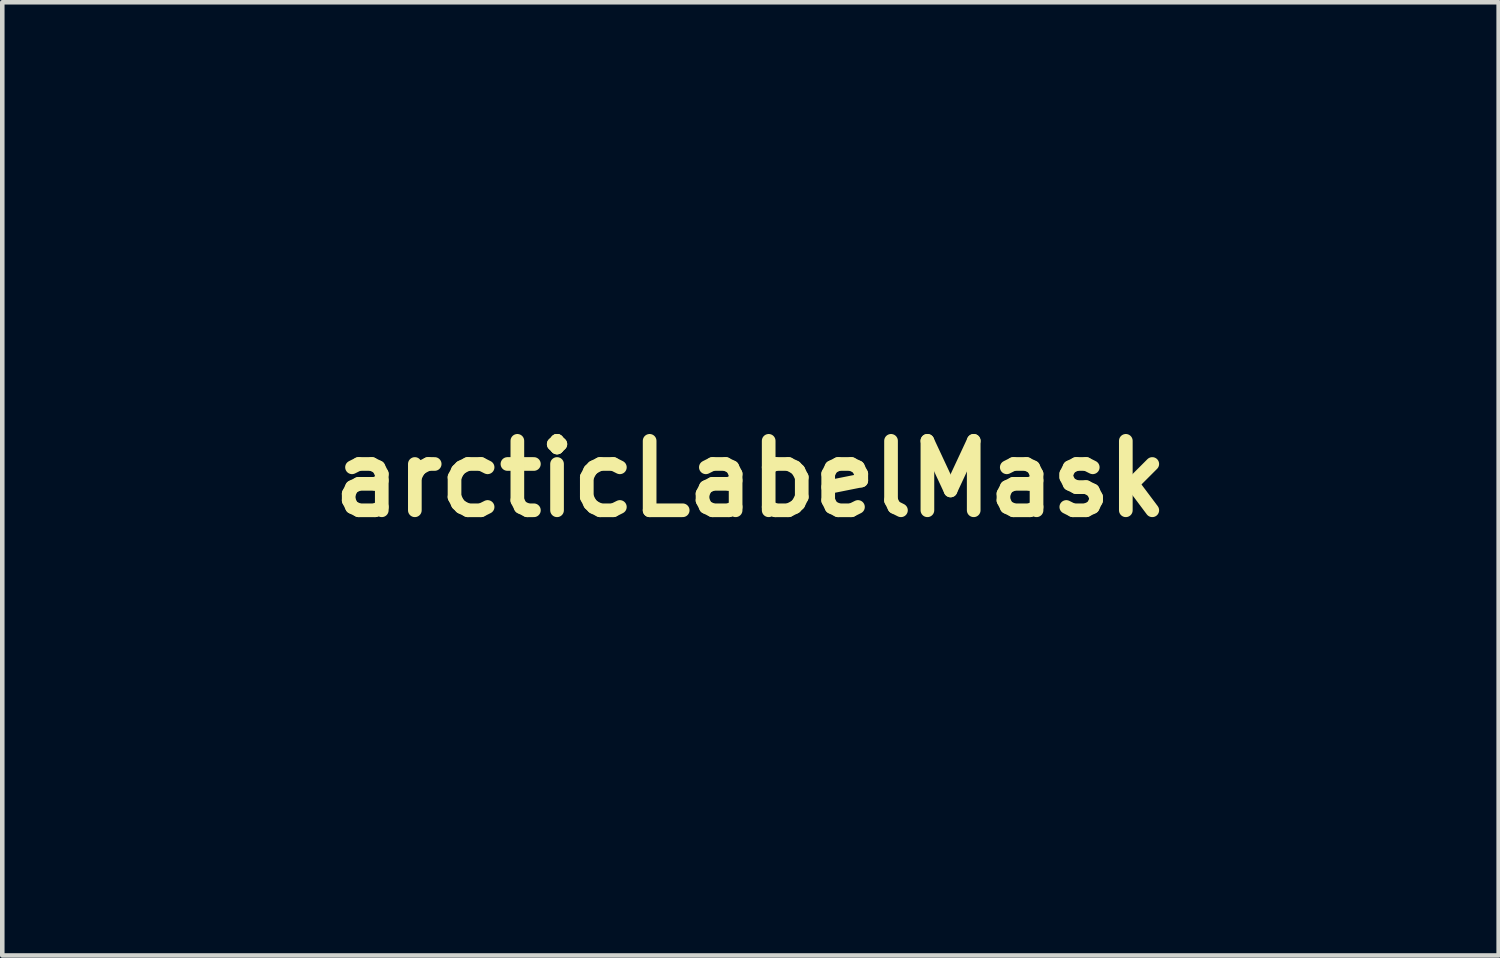
<source format=kicad_pcb>
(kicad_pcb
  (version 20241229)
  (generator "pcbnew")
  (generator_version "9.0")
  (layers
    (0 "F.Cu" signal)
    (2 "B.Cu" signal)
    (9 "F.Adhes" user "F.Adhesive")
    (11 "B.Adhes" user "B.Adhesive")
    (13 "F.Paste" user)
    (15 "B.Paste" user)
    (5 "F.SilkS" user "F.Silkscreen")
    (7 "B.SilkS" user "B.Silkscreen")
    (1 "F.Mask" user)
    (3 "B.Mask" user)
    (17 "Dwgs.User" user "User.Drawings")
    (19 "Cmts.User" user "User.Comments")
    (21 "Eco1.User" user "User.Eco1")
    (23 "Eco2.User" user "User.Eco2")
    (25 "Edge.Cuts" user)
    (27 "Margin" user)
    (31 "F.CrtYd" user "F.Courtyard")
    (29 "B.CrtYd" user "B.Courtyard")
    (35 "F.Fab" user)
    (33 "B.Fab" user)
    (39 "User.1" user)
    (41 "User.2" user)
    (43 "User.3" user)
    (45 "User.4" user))
  (footprint "arcticLabelMask"
    (layer "F.Cu")
    (at 13.42 7.459)
    (property "Reference" "arcticLabelMask" (at 0 0 0) (layer "F.SilkS") (effects (font (size 1.524 1.524) (thickness 0.3))))
    (attr through_hole)
    (fp_poly (pts (xy 0.264 -7.454) (xy 0.465 -7.454) (xy 0.667 -7.454) (xy 0.868 -7.454) (xy 1.068 -7.454) (xy 1.269 -7.454) (xy 1.468 -7.454) (xy 1.668 -7.454) (xy 1.867 -7.454) (xy 2.065 -7.454) (xy 2.263 -7.454) (xy 2.46 -7.454) (xy 2.656 -7.454) (xy 2.851 -7.454) (xy 3.046 -7.454) (xy 3.239 -7.454) (xy 3.431 -7.454) (xy 3.622 -7.454) (xy 3.812 -7.454) (xy 4.001 -7.454) (xy 4.189 -7.454) (xy 4.375 -7.454) (xy 4.559 -7.454) (xy 4.742 -7.454) (xy 4.924 -7.454) (xy 5.104 -7.454) (xy 5.282 -7.454) (xy 5.459 -7.454) (xy 5.633 -7.454) (xy 5.806 -7.454) (xy 5.977 -7.454) (xy 6.146 -7.454) (xy 6.312 -7.454) (xy 6.477 -7.454) (xy 6.639 -7.454) (xy 6.799 -7.454) (xy 6.957 -7.454) (xy 7.112 -7.454) (xy 7.265 -7.454) (xy 7.415 -7.454) (xy 7.563 -7.454) (xy 7.708 -7.453) (xy 7.85 -7.453) (xy 7.99 -7.453) (xy 8.126 -7.453) (xy 8.26 -7.453) (xy 8.391 -7.453) (xy 8.518 -7.453) (xy 8.643 -7.453) (xy 8.764 -7.453) (xy 8.882 -7.453) (xy 8.997 -7.453) (xy 9.109 -7.453) (xy 9.216 -7.453) (xy 9.321 -7.453) (xy 9.422 -7.453) (xy 9.519 -7.453) (xy 9.613 -7.453) (xy 9.702 -7.453) (xy 9.788 -7.453) (xy 9.871 -7.453) (xy 9.949 -7.453) (xy 10.023 -7.453) (xy 10.093 -7.452) (xy 10.159 -7.452) (xy 10.22 -7.452) (xy 10.278 -7.452) (xy 10.331 -7.452) (xy 10.379 -7.452) (xy 10.423 -7.452) (xy 10.463 -7.452) (xy 10.498 -7.452) (xy 10.528 -7.452) (xy 10.554 -7.452) (xy 10.575 -7.452) (xy 10.591 -7.452) (xy 10.602 -7.452) (xy 10.608 -7.452) (xy 10.609 -7.452) (xy 10.693 -7.447) (xy 10.775 -7.44) (xy 10.856 -7.431) (xy 10.921 -7.422) (xy 11.04 -7.402) (xy 11.159 -7.377) (xy 11.275 -7.347) (xy 11.39 -7.313) (xy 11.503 -7.274) (xy 11.615 -7.23) (xy 11.724 -7.182) (xy 11.831 -7.13) (xy 11.936 -7.073) (xy 12.038 -7.012) (xy 12.138 -6.947) (xy 12.235 -6.878) (xy 12.329 -6.805) (xy 12.42 -6.728) (xy 12.509 -6.647) (xy 12.594 -6.563) (xy 12.676 -6.475) (xy 12.754 -6.383) (xy 12.829 -6.288) (xy 12.882 -6.215) (xy 12.946 -6.12) (xy 13.006 -6.023) (xy 13.063 -5.922) (xy 13.116 -5.819) (xy 13.165 -5.715) (xy 13.209 -5.609) (xy 13.249 -5.502) (xy 13.283 -5.4) (xy 13.309 -5.311) (xy 13.332 -5.222) (xy 13.352 -5.134) (xy 13.369 -5.045) (xy 13.384 -4.955) (xy 13.396 -4.862) (xy 13.405 -4.766) (xy 13.41 -4.697) (xy 13.411 -4.693) (xy 13.411 -4.683) (xy 13.411 -4.669) (xy 13.411 -4.649) (xy 13.411 -4.626) (xy 13.411 -4.597) (xy 13.411 -4.564) (xy 13.411 -4.527) (xy 13.412 -4.485) (xy 13.412 -4.439) (xy 13.412 -4.389) (xy 13.412 -4.335) (xy 13.412 -4.277) (xy 13.412 -4.215) (xy 13.412 -4.15) (xy 13.412 -4.081) (xy 13.412 -4.008) (xy 13.412 -3.932) (xy 13.413 -3.853) (xy 13.413 -3.77) (xy 13.413 -3.685) (xy 13.413 -3.596) (xy 13.413 -3.504) (xy 13.413 -3.41) (xy 13.413 -3.313) (xy 13.413 -3.213) (xy 13.413 -3.11) (xy 13.413 -3.005) (xy 13.413 -2.898) (xy 13.413 -2.789) (xy 13.413 -2.677) (xy 13.413 -2.564) (xy 13.414 -2.448) (xy 13.414 -2.33) (xy 13.414 -2.211) (xy 13.414 -2.09) (xy 13.414 -1.968) (xy 13.414 -1.844) (xy 13.414 -1.719) (xy 13.414 -1.592) (xy 13.414 -1.464) (xy 13.414 -1.335) (xy 13.414 -1.206) (xy 13.414 -1.075) (xy 13.414 -0.943) (xy 13.414 -0.811) (xy 13.414 -0.678) (xy 13.414 -0.545) (xy 13.414 -0.411) (xy 13.414 -0.278) (xy 13.414 -0.143) (xy 13.414 -0.009) (xy 13.414 0.125) (xy 13.414 0.259) (xy 13.414 0.393) (xy 13.414 0.527) (xy 13.414 0.66) (xy 13.414 0.793) (xy 13.414 0.926) (xy 13.414 1.057) (xy 13.414 1.188) (xy 13.414 1.318) (xy 13.414 1.447) (xy 13.414 1.575) (xy 13.414 1.702) (xy 13.414 1.827) (xy 13.414 1.951) (xy 13.414 2.074) (xy 13.414 2.195) (xy 13.414 2.314) (xy 13.414 2.432) (xy 13.413 2.548) (xy 13.413 2.662) (xy 13.413 2.774) (xy 13.413 2.884) (xy 13.413 2.991) (xy 13.413 3.096) (xy 13.413 3.199) (xy 13.413 3.299) (xy 13.413 3.397) (xy 13.413 3.492) (xy 13.413 3.584) (xy 13.413 3.673) (xy 13.413 3.759) (xy 13.413 3.842) (xy 13.412 3.922) (xy 13.412 3.998) (xy 13.412 4.071) (xy 13.412 4.141) (xy 13.412 4.207) (xy 13.412 4.269) (xy 13.412 4.327) (xy 13.412 4.382) (xy 13.412 4.432) (xy 13.412 4.479) (xy 13.411 4.521) (xy 13.411 4.559) (xy 13.411 4.593) (xy 13.411 4.622) (xy 13.411 4.646) (xy 13.411 4.666) (xy 13.411 4.681) (xy 13.411 4.692) (xy 13.41 4.697) (xy 13.41 4.697) (xy 13.403 4.792) (xy 13.393 4.884) (xy 13.381 4.972) (xy 13.367 5.059) (xy 13.35 5.144) (xy 13.33 5.229) (xy 13.308 5.315) (xy 13.299 5.346) (xy 13.264 5.459) (xy 13.224 5.571) (xy 13.179 5.681) (xy 13.13 5.79) (xy 13.077 5.897) (xy 13.019 6.001) (xy 12.957 6.103) (xy 12.891 6.202) (xy 12.882 6.215) (xy 12.81 6.312) (xy 12.734 6.407) (xy 12.655 6.498) (xy 12.572 6.585) (xy 12.485 6.669) (xy 12.396 6.75) (xy 12.303 6.826) (xy 12.207 6.899) (xy 12.108 6.967) (xy 12.006 7.032) (xy 11.902 7.092) (xy 11.812 7.139) (xy 11.763 7.164) (xy 11.716 7.186) (xy 11.671 7.207) (xy 11.626 7.226) (xy 11.58 7.245) (xy 11.532 7.263) (xy 11.508 7.272) (xy 11.394 7.312) (xy 11.279 7.346) (xy 11.163 7.376) (xy 11.045 7.401) (xy 10.925 7.422) (xy 10.804 7.437) (xy 10.682 7.448) (xy 10.609 7.452) (xy 10.605 7.452) (xy 10.596 7.452) (xy 10.582 7.452) (xy 10.563 7.452) (xy 10.54 7.452) (xy 10.511 7.452) (xy 10.478 7.452) (xy 10.441 7.452) (xy 10.399 7.452) (xy 10.352 7.452) (xy 10.301 7.452) (xy 10.245 7.452) (xy 10.185 7.452) (xy 10.121 7.452) (xy 10.053 7.452) (xy 9.981 7.452) (xy 9.904 7.452) (xy 9.824 7.452) (xy 9.74 7.453) (xy 9.652 7.453) (xy 9.56 7.453) (xy 9.464 7.453) (xy 9.365 7.453) (xy 9.262 7.453) (xy 9.155 7.453) (xy 9.046 7.453) (xy 8.932 7.453) (xy 8.816 7.453) (xy 8.696 7.453) (xy 8.573 7.453) (xy 8.446 7.453) (xy 8.317 7.453) (xy 8.185 7.453) (xy 8.049 7.453) (xy 7.911 7.453) (xy 7.77 7.453) (xy 7.626 7.453) (xy 7.48 7.453) (xy 7.331 7.453) (xy 7.179 7.453) (xy 7.025 7.453) (xy 6.868 7.453) (xy 6.709 7.453) (xy 6.548 7.453) (xy 6.384 7.453) (xy 6.219 7.453) (xy 6.051 7.453) (xy 5.881 7.453) (xy 5.709 7.454) (xy 5.535 7.454) (xy 5.36 7.454) (xy 5.182 7.454) (xy 5.003 7.454) (xy 4.822 7.454) (xy 4.64 7.454) (xy 4.456 7.454) (xy 4.271 7.454) (xy 4.084 7.454) (xy 3.896 7.454) (xy 3.706 7.454) (xy 3.516 7.454) (xy 3.324 7.454) (xy 3.131 7.454) (xy 2.937 7.454) (xy 2.742 7.454) (xy 2.547 7.454) (xy 2.35 7.454) (xy 2.153 7.454) (xy 1.955 7.454) (xy 1.756 7.454) (xy 1.557 7.454) (xy 1.357 7.454) (xy 1.157 7.454) (xy 0.956 7.454) (xy 0.756 7.454) (xy 0.555 7.454) (xy 0.152 7.454) (xy -0.049 7.454) (xy -0.251 7.454) (xy -0.452 7.454) (xy -0.653 7.454) (xy -0.854 7.454) (xy -1.055 7.454) (xy -1.255 7.454) (xy -1.455 7.454) (xy -1.655 7.454) (xy -1.854 7.454) (xy -2.052 7.454) (xy -2.25 7.454) (xy -2.447 7.454) (xy -2.643 7.454) (xy -2.838 7.454) (xy -3.032 7.454) (xy -3.226 7.454) (xy -3.418 7.454) (xy -3.61 7.454) (xy -3.8 7.454) (xy -3.989 7.454) (xy -4.176 7.454) (xy -4.362 7.454) (xy -4.547 7.454) (xy -4.73 7.454) (xy -4.912 7.454) (xy -5.092 7.454) (xy -5.27 7.453) (xy -5.447 7.453) (xy -5.622 7.453) (xy -5.795 7.453) (xy -5.966 7.453) (xy -6.135 7.453) (xy -6.302 7.453) (xy -6.466 7.453) (xy -6.629 7.453) (xy -6.789 7.453) (xy -6.947 7.453) (xy -7.102 7.453) (xy -7.255 7.453) (xy -7.406 7.453) (xy -7.554 7.453) (xy -7.699 7.453) (xy -7.842 7.453) (xy -7.982 7.453) (xy -8.118 7.453) (xy -8.252 7.453) (xy -8.383 7.453) (xy -8.511 7.453) (xy -8.636 7.453) (xy -8.758 7.453) (xy -8.876 7.453) (xy -8.991 7.453) (xy -9.103 7.453) (xy -9.212 7.453) (xy -9.316 7.453) (xy -9.418 7.453) (xy -9.515 7.453) (xy -9.609 7.452) (xy -9.7 7.452) (xy -9.786 7.452) (xy -9.868 7.452) (xy -9.947 7.452) (xy -10.022 7.452) (xy -10.092 7.452) (xy -10.158 7.452) (xy -10.22 7.452) (xy -10.278 7.452) (xy -10.332 7.452) (xy -10.381 7.452) (xy -10.426 7.452) (xy -10.466 7.452) (xy -10.501 7.452) (xy -10.532 7.452) (xy -10.558 7.452) (xy -10.58 7.452) (xy -10.596 7.452) (xy -10.608 7.452) (xy -10.614 7.451) (xy -10.616 7.451) (xy -10.737 7.444) (xy -10.858 7.431) (xy -10.979 7.413) (xy -11.098 7.39) (xy -11.216 7.363) (xy -11.307 7.338) (xy -11.423 7.302) (xy -11.536 7.261) (xy -11.648 7.216) (xy -11.757 7.166) (xy -11.865 7.112) (xy -11.969 7.054) (xy -12.072 6.991) (xy -12.171 6.924) (xy -12.268 6.853) (xy -12.361 6.779) (xy -12.452 6.7) (xy -12.54 6.617) (xy -12.624 6.531) (xy -12.705 6.442) (xy -12.782 6.349) (xy -12.855 6.252) (xy -12.882 6.215) (xy -12.932 6.141) (xy -12.979 6.068) (xy -13.024 5.992) (xy -13.067 5.914) (xy -13.107 5.836) (xy -13.16 5.726) (xy -13.207 5.614) (xy -13.25 5.501) (xy -13.287 5.387) (xy -13.32 5.271) (xy -13.348 5.154) (xy -13.371 5.035) (xy -13.389 4.914) (xy -13.392 4.895) (xy -13.394 4.879) (xy -13.396 4.863) (xy -13.397 4.848) (xy -13.399 4.832) (xy -13.401 4.815) (xy -13.402 4.797) (xy -13.404 4.776) (xy -13.406 4.752) (xy -13.409 4.723) (xy -13.41 4.705) (xy -13.41 4.701) (xy -13.411 4.692) (xy -13.411 4.678) (xy -13.411 4.66) (xy -13.411 4.636) (xy -13.411 4.608) (xy -13.411 4.576) (xy -13.411 4.539) (xy -13.411 4.498) (xy -13.412 4.453) (xy -13.412 4.404) (xy -13.412 4.35) (xy -13.412 4.293) (xy -13.412 4.232) (xy -13.412 4.167) (xy -13.412 4.098) (xy -13.412 4.026) (xy -13.412 3.951) (xy -13.412 3.872) (xy -13.412 3.79) (xy -13.413 3.705) (xy -13.413 3.617) (xy -13.413 3.526) (xy -13.413 3.432) (xy -13.413 3.336) (xy -13.413 3.236) (xy -13.413 3.135) (xy -13.413 3.03) (xy -13.413 2.924) (xy -13.413 2.815) (xy -13.413 2.704) (xy -13.413 2.591) (xy -13.414 2.476) (xy -13.414 2.359) (xy -13.414 2.24) (xy -13.414 2.12) (xy -13.414 1.998) (xy -13.414 1.875) (xy -13.414 1.75) (xy -13.414 1.624) (xy -13.414 1.497) (xy -13.414 1.368) (xy -13.414 1.239) (xy -13.414 1.109) (xy -13.414 0.978) (xy -13.414 0.846) (xy -13.414 0.714) (xy -13.414 0.581) (xy -13.414 0.448) (xy -13.414 0.315) (xy -13.414 0.181) (xy -13.414 0.047) (xy -13.415 -0.086) (xy -13.415 -0.22) (xy -13.415 -0.354) (xy -13.415 -0.487) (xy -13.415 -0.62) (xy -13.415 -0.752) (xy -13.415 -0.884) (xy -13.415 -1.015) (xy -13.415 -1.145) (xy -13.415 -1.275) (xy -13.415 -1.403) (xy -13.415 -1.531) (xy -13.415 -1.657) (xy -13.415 -1.782) (xy -13.415 -1.906) (xy -13.415 -2.028) (xy -13.415 -2.149) (xy -13.415 -2.268) (xy -13.415 -2.385) (xy -13.415 -2.501) (xy -13.415 -2.614) (xy -13.415 -2.726) (xy -13.415 -2.835) (xy -13.415 -2.942) (xy -13.414 -3.047) (xy -13.414 -3.149) (xy -13.414 -3.249) (xy -13.414 -3.346) (xy -13.414 -3.441) (xy -13.414 -3.533) (xy -13.414 -3.621) (xy -13.414 -3.707) (xy -13.414 -3.79) (xy -13.414 -3.869) (xy -13.414 -3.945) (xy -13.414 -4.018) (xy -13.414 -4.087) (xy -13.414 -4.153) (xy -13.414 -4.215) (xy -13.414 -4.273) (xy -13.414 -4.328) (xy -13.413 -4.378) (xy -13.413 -4.424) (xy -13.413 -4.466) (xy -13.413 -4.504) (xy -13.413 -4.537) (xy -13.413 -4.566) (xy -13.413 -4.591) (xy -13.413 -4.61) (xy -13.413 -4.625) (xy -13.413 -4.635) (xy -13.412 -4.64) (xy -13.405 -4.764) (xy -13.393 -4.885) (xy -13.376 -5.006) (xy -13.354 -5.125) (xy -13.328 -5.242) (xy -13.296 -5.358) (xy -13.26 -5.472) (xy -13.218 -5.586) (xy -13.172 -5.698) (xy -13.121 -5.808) (xy -13.107 -5.836) (xy -13.05 -5.945) (xy -12.989 -6.051) (xy -12.924 -6.153) (xy -12.855 -6.252) (xy -12.782 -6.348) (xy -12.705 -6.441) (xy -12.624 -6.531) (xy -12.539 -6.618) (xy -12.45 -6.702) (xy -12.361 -6.779) (xy -12.271 -6.851) (xy -12.177 -6.92) (xy -12.08 -6.985) (xy -11.98 -7.047) (xy -11.878 -7.105) (xy -11.774 -7.159) (xy -11.668 -7.208) (xy -11.561 -7.252) (xy -11.543 -7.259) (xy -11.429 -7.3) (xy -11.314 -7.337) (xy -11.198 -7.368) (xy -11.08 -7.394) (xy -10.961 -7.416) (xy -10.841 -7.433) (xy -10.719 -7.445) (xy -10.609 -7.452) (xy -10.604 -7.452) (xy -10.595 -7.452) (xy -10.581 -7.452) (xy -10.562 -7.452) (xy -10.538 -7.452) (xy -10.51 -7.452) (xy -10.477 -7.452) (xy -10.439 -7.452) (xy -10.396 -7.452) (xy -10.349 -7.452) (xy -10.298 -7.452) (xy -10.242 -7.452) (xy -10.182 -7.452) (xy -10.118 -7.452) (xy -10.05 -7.452) (xy -9.977 -7.453) (xy -9.9 -7.453) (xy -9.82 -7.453) (xy -9.735 -7.453) (xy -9.647 -7.453) (xy -9.555 -7.453) (xy -9.459 -7.453) (xy -9.359 -7.453) (xy -9.256 -7.453) (xy -9.15 -7.453) (xy -9.04 -7.453) (xy -8.926 -7.453) (xy -8.809 -7.453) (xy -8.689 -7.453) (xy -8.566 -7.453) (xy -8.439 -7.453) (xy -8.31 -7.453) (xy -8.177 -7.453) (xy -8.042 -7.453) (xy -7.903 -7.453) (xy -7.762 -7.453) (xy -7.618 -7.454) (xy -7.471 -7.454) (xy -7.322 -7.454) (xy -7.17 -7.454) (xy -7.016 -7.454) (xy -6.859 -7.454) (xy -6.7 -7.454) (xy -6.538 -7.454) (xy -6.375 -7.454) (xy -6.209 -7.454) (xy -6.041 -7.454) (xy -5.871 -7.454) (xy -5.699 -7.454) (xy -5.525 -7.454) (xy -5.349 -7.454) (xy -5.171 -7.454) (xy -4.992 -7.454) (xy -4.811 -7.454) (xy -4.629 -7.454) (xy -4.445 -7.454) (xy -4.259 -7.454) (xy -4.072 -7.454) (xy -3.884 -7.454) (xy -3.694 -7.454) (xy -3.504 -7.454) (xy -3.312 -7.454) (xy -3.119 -7.454) (xy -2.925 -7.454) (xy -2.73 -7.454) (xy -2.534 -7.454) (xy -2.337 -7.454) (xy -2.14 -7.454) (xy -1.942 -7.454) (xy -1.743 -7.454) (xy -1.544 -7.454) (xy -1.344 -7.454) (xy -1.144 -7.454) (xy -0.943 -7.454) (xy -0.743 -7.454) (xy -0.541 -7.454) (xy -0.34 -7.454) (xy -0.139 -7.454) (xy 0.063 -7.454) (xy 0.264 -7.454)) (stroke (width 0.01) (type solid)) (fill yes) (layer "F.Mask")))
  (gr_rect
    (start -3 -3)
    (end 29.839 17.918)
    (stroke (width 0.1) (type default))
    (fill no)
    (layer "Edge.Cuts")))
</source>
